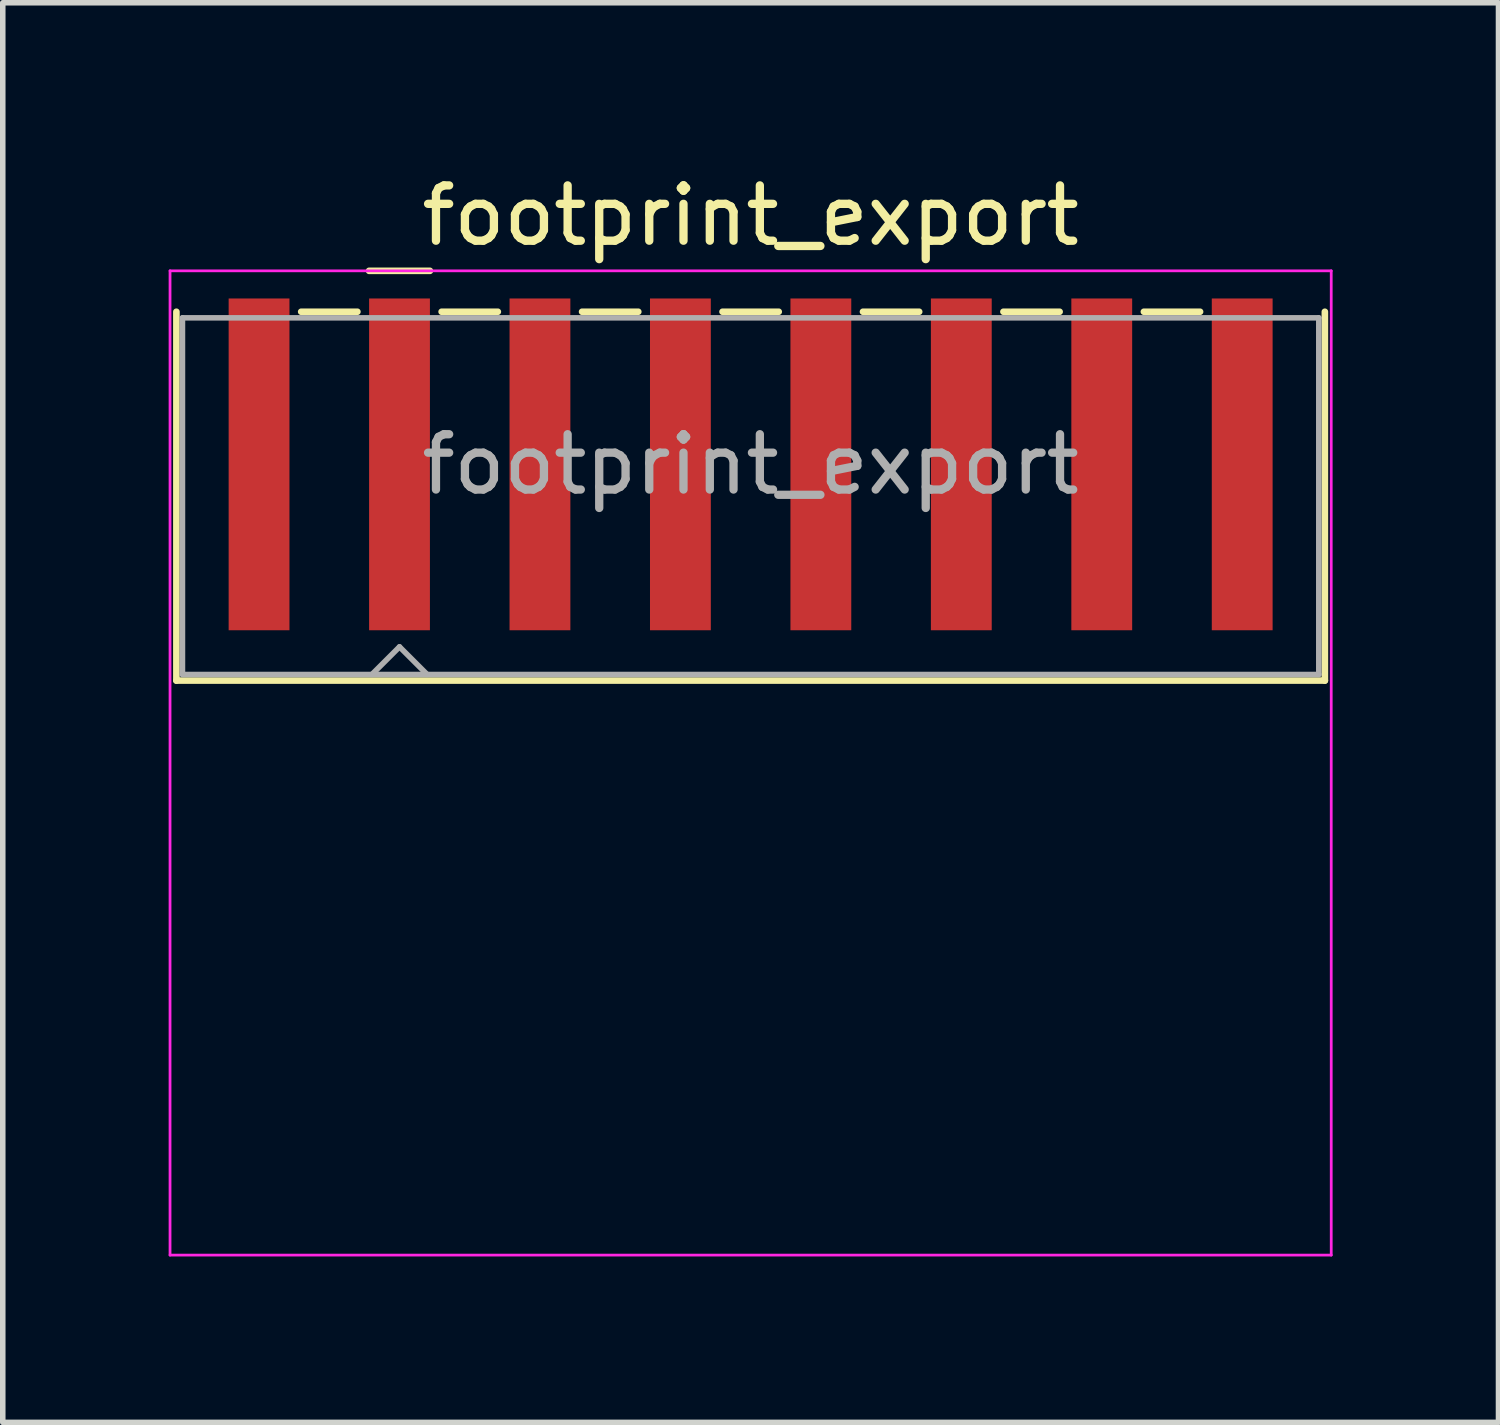
<source format=kicad_pcb>
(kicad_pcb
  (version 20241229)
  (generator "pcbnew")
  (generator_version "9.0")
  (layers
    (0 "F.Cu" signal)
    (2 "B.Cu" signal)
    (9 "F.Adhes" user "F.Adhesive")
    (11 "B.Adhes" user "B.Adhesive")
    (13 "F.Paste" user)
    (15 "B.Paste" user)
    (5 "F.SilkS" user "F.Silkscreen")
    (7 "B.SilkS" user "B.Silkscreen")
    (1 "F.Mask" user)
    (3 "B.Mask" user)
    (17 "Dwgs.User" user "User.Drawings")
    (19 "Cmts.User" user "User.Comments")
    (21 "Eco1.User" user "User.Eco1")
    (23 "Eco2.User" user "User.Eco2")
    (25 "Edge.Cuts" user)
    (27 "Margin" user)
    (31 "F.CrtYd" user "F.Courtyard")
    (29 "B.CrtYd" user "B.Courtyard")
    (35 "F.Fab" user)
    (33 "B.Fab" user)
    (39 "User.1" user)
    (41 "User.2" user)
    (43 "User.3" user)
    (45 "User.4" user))
  (footprint "footprint_export"
    (layer "F.Cu")
    (at 10.525 6.648)
    (property "Reference" "footprint_export" (at 0 -5.8 0) (layer "F.SilkS") (effects (font (size 1 1) (thickness 0.15))))
    (attr smd)
    (fp_line (start -10.385 -4.06) (end -10.385 2.61) (stroke (width 0.12) (type solid)) (layer "F.SilkS"))
    (fp_line (start -8.128 -4.06) (end -7.112 -4.06) (stroke (width 0.12) (type solid)) (layer "F.SilkS"))
    (fp_line (start -6.9 -4.8) (end -5.8 -4.8) (stroke (width 0.12) (type solid)) (layer "F.SilkS"))
    (fp_line (start -5.588 -4.06) (end -4.572 -4.06) (stroke (width 0.12) (type solid)) (layer "F.SilkS"))
    (fp_line (start -3.048 -4.06) (end -2.032 -4.06) (stroke (width 0.12) (type solid)) (layer "F.SilkS"))
    (fp_line (start -0.508 -4.06) (end 0.508 -4.06) (stroke (width 0.12) (type solid)) (layer "F.SilkS"))
    (fp_line (start 2.032 -4.06) (end 3.048 -4.06) (stroke (width 0.12) (type solid)) (layer "F.SilkS"))
    (fp_line (start 4.572 -4.06) (end 5.588 -4.06) (stroke (width 0.12) (type solid)) (layer "F.SilkS"))
    (fp_line (start 7.112 -4.06) (end 8.128 -4.06) (stroke (width 0.12) (type solid)) (layer "F.SilkS"))
    (fp_line (start 10.385 -4.06) (end 10.385 2.61) (stroke (width 0.12) (type solid)) (layer "F.SilkS"))
    (fp_line (start 10.385 2.61) (end -10.385 2.61) (stroke (width 0.12) (type solid)) (layer "F.SilkS"))
    (fp_line (start -10.5 -4.8) (end -10.5 13) (stroke (width 0.05) (type solid)) (layer "F.CrtYd"))
    (fp_line (start -10.5 13) (end 10.5 13) (stroke (width 0.05) (type solid)) (layer "F.CrtYd"))
    (fp_line (start 10.5 -4.8) (end -10.5 -4.8) (stroke (width 0.05) (type solid)) (layer "F.CrtYd"))
    (fp_line (start 10.5 13) (end 10.5 -4.8) (stroke (width 0.05) (type solid)) (layer "F.CrtYd"))
    (fp_line (start -10.275 -3.95) (end -10.275 2.5) (stroke (width 0.1) (type solid)) (layer "F.Fab"))
    (fp_line (start -10.275 2.5) (end 10.275 2.5) (stroke (width 0.1) (type solid)) (layer "F.Fab"))
    (fp_line (start -6.85 2.5) (end -6.35 2) (stroke (width 0.1) (type solid)) (layer "F.Fab"))
    (fp_line (start -6.35 2) (end -5.85 2.5) (stroke (width 0.1) (type solid)) (layer "F.Fab"))
    (fp_line (start 10.275 -3.95) (end -10.275 -3.95) (stroke (width 0.1) (type solid)) (layer "F.Fab"))
    (fp_line (start 10.275 2.5) (end 10.275 -3.95) (stroke (width 0.1) (type solid)) (layer "F.Fab"))
    (fp_text user "${REFERENCE}" (at 0 -1.3 0) (layer "F.Fab") (effects (font (size 1 1) (thickness 0.15))))
    (pad "1" smd rect (at -6.35 -1.3) (size 1.1 6) (layers "F.Cu" "F.Mask" "F.Paste"))
    (pad "2" smd rect (at -3.81 -1.3) (size 1.1 6) (layers "F.Cu" "F.Mask" "F.Paste"))
    (pad "3" smd rect (at -1.27 -1.3) (size 1.1 6) (layers "F.Cu" "F.Mask" "F.Paste"))
    (pad "4" smd rect (at 1.27 -1.3) (size 1.1 6) (layers "F.Cu" "F.Mask" "F.Paste"))
    (pad "5" smd rect (at 3.81 -1.3) (size 1.1 6) (layers "F.Cu" "F.Mask" "F.Paste"))
    (pad "6" smd rect (at 6.35 -1.3) (size 1.1 6) (layers "F.Cu" "F.Mask" "F.Paste"))
    (pad "MP" smd rect (at -8.89 -1.3) (size 1.1 6) (layers "F.Cu" "F.Mask" "F.Paste"))
    (pad "MP" smd rect (at 8.89 -1.3) (size 1.1 6) (layers "F.Cu" "F.Mask" "F.Paste")))
  (gr_rect
    (start -3 -3)
    (end 24.05 22.673)
    (stroke (width 0.1) (type default))
    (fill no)
    (layer "Edge.Cuts")))
</source>
